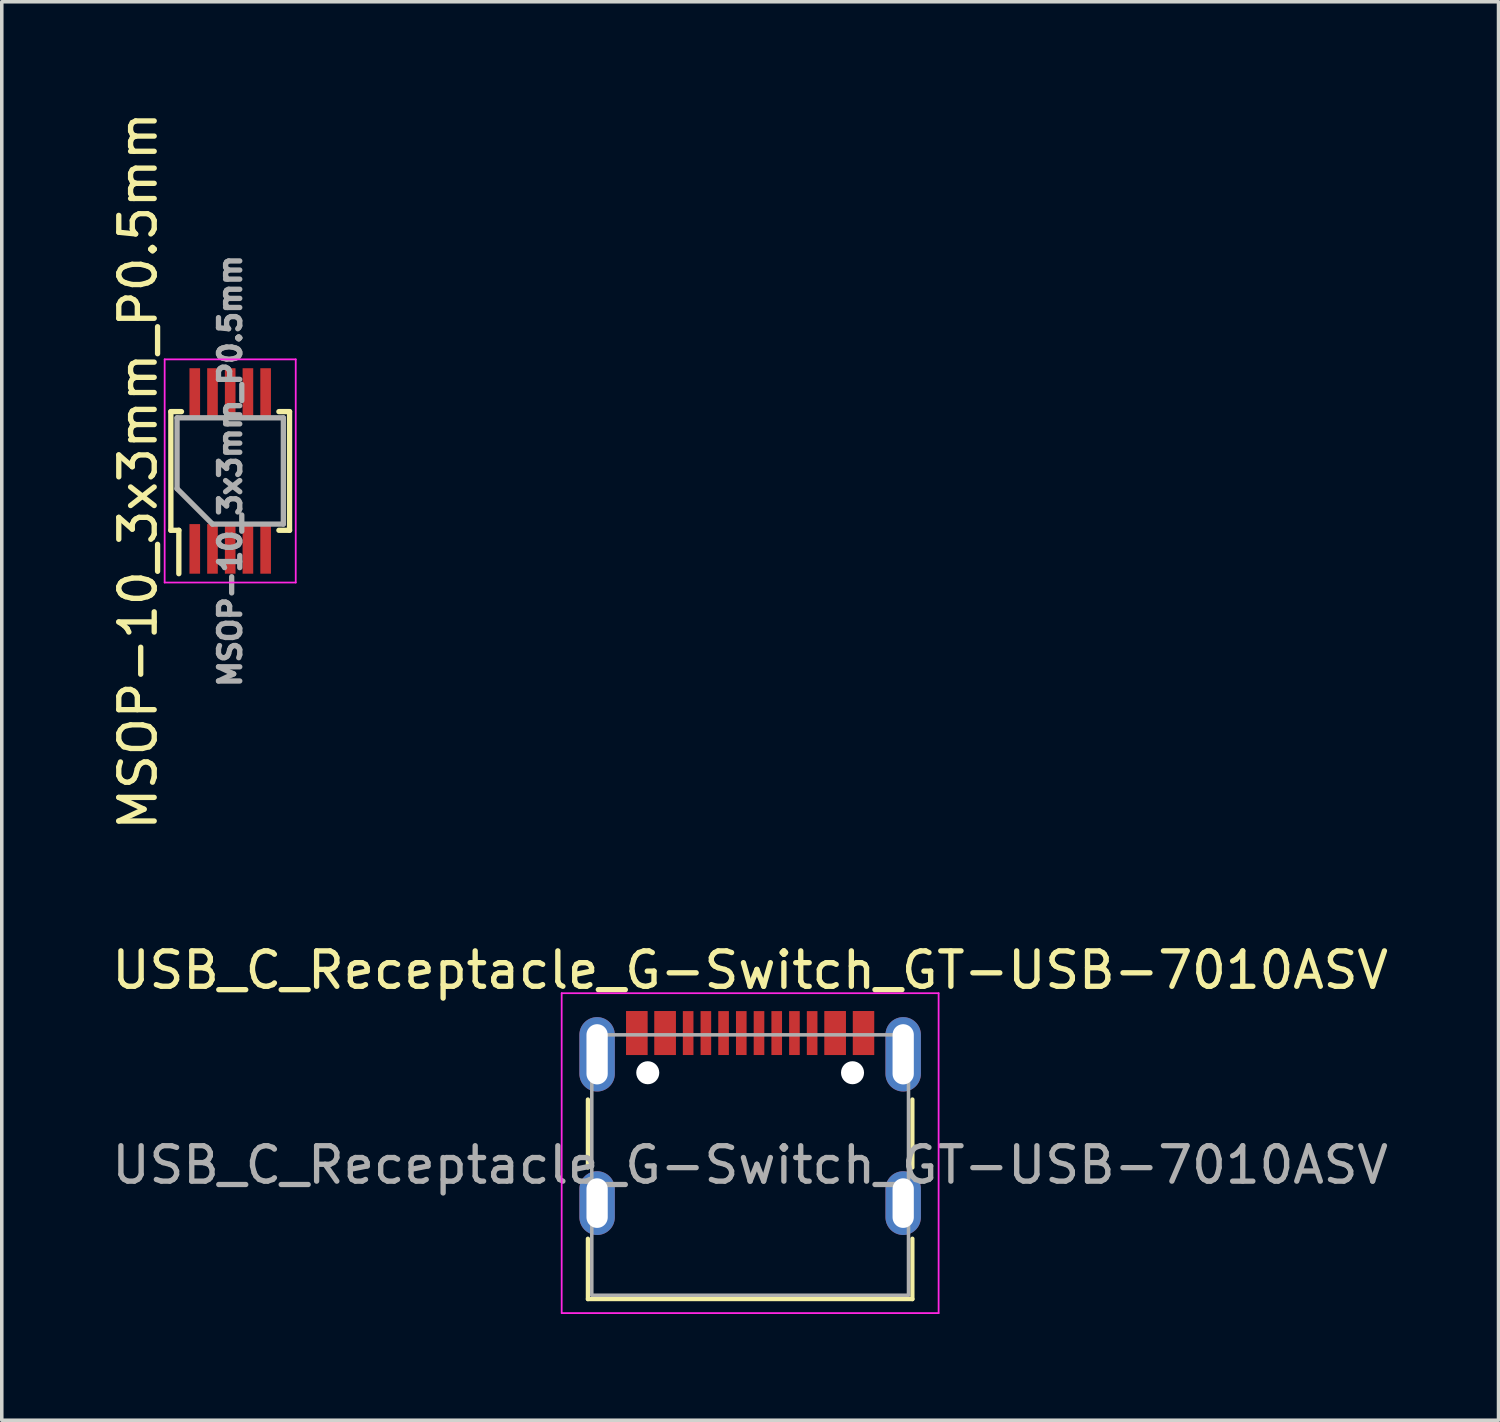
<source format=kicad_pcb>
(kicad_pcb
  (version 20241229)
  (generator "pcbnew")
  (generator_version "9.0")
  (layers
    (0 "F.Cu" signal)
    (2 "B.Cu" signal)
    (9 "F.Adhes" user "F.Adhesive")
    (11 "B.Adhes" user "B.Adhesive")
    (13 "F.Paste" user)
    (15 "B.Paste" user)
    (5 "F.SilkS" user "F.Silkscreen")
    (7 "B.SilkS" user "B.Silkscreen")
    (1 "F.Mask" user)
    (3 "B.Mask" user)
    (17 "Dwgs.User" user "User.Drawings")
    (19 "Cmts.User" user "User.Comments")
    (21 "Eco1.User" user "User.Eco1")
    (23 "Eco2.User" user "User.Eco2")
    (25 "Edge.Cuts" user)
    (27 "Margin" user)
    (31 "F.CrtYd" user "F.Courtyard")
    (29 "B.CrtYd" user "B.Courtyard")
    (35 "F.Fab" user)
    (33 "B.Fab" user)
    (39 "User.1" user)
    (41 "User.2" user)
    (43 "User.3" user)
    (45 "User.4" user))
  (footprint "MSOP-10_3x3mm_P0.5mm"
    (layer "F.Cu")
    (at 3.448 10.244)
    (property "Reference" "MSOP-10_3x3mm_P0.5mm" (at -2.6 0 90) (layer "F.SilkS") (effects (font (size 1 1) (thickness 0.15))))
    (attr smd)
    (fp_line (start -1.675 -1.675) (end -1.375 -1.675) (stroke (width 0.15) (type solid)) (layer "F.SilkS"))
    (fp_line (start -1.675 1.675) (end -1.675 -1.675) (stroke (width 0.15) (type solid)) (layer "F.SilkS"))
    (fp_line (start -1.675 1.675) (end -1.45 1.675) (stroke (width 0.15) (type solid)) (layer "F.SilkS"))
    (fp_line (start -1.45 1.675) (end -1.45 2.9) (stroke (width 0.15) (type solid)) (layer "F.SilkS"))
    (fp_line (start 1.675 -1.675) (end 1.375 -1.675) (stroke (width 0.15) (type solid)) (layer "F.SilkS"))
    (fp_line (start 1.675 1.675) (end 1.375 1.675) (stroke (width 0.15) (type solid)) (layer "F.SilkS"))
    (fp_line (start 1.675 1.675) (end 1.675 -1.675) (stroke (width 0.15) (type solid)) (layer "F.SilkS"))
    (fp_line (start -1.85 -3.15) (end 1.85 -3.15) (stroke (width 0.05) (type solid)) (layer "F.CrtYd"))
    (fp_line (start -1.85 3.15) (end -1.85 -3.15) (stroke (width 0.05) (type solid)) (layer "F.CrtYd"))
    (fp_line (start -1.85 3.15) (end 1.85 3.15) (stroke (width 0.05) (type solid)) (layer "F.CrtYd"))
    (fp_line (start 1.85 3.15) (end 1.85 -3.15) (stroke (width 0.05) (type solid)) (layer "F.CrtYd"))
    (fp_line (start -1.5 -1.5) (end 1.5 -1.5) (stroke (width 0.15) (type solid)) (layer "F.Fab"))
    (fp_line (start -1.5 0.5) (end -1.5 -1.5) (stroke (width 0.15) (type solid)) (layer "F.Fab"))
    (fp_line (start -0.5 1.5) (end -1.5 0.5) (stroke (width 0.15) (type solid)) (layer "F.Fab"))
    (fp_line (start 1.5 -1.5) (end 1.5 1.5) (stroke (width 0.15) (type solid)) (layer "F.Fab"))
    (fp_line (start 1.5 1.5) (end -0.5 1.5) (stroke (width 0.15) (type solid)) (layer "F.Fab"))
    (fp_text user "${REFERENCE}" (at 0 0 90) (layer "F.Fab") (effects (font (size 0.6 0.6) (thickness 0.15))))
    (pad "1" smd rect (at -1 2.2 90) (size 1.4 0.3) (layers "F.Cu" "F.Mask" "F.Paste"))
    (pad "2" smd rect (at -0.5 2.2 90) (size 1.4 0.3) (layers "F.Cu" "F.Mask" "F.Paste"))
    (pad "3" smd rect (at 0 2.2 90) (size 1.4 0.3) (layers "F.Cu" "F.Mask" "F.Paste"))
    (pad "4" smd rect (at 0.5 2.2 90) (size 1.4 0.3) (layers "F.Cu" "F.Mask" "F.Paste"))
    (pad "5" smd rect (at 1 2.2 90) (size 1.4 0.3) (layers "F.Cu" "F.Mask" "F.Paste"))
    (pad "6" smd rect (at 1 -2.2 90) (size 1.4 0.3) (layers "F.Cu" "F.Mask" "F.Paste"))
    (pad "7" smd rect (at 0.5 -2.2 90) (size 1.4 0.3) (layers "F.Cu" "F.Mask" "F.Paste"))
    (pad "8" smd rect (at 0 -2.2 90) (size 1.4 0.3) (layers "F.Cu" "F.Mask" "F.Paste"))
    (pad "9" smd rect (at -0.5 -2.2 90) (size 1.4 0.3) (layers "F.Cu" "F.Mask" "F.Paste"))
    (pad "10" smd rect (at -1 -2.2 90) (size 1.4 0.3) (layers "F.Cu" "F.Mask" "F.Paste")))
  (footprint "USB_C_Receptacle_G-Switch_GT-USB-7010ASV"
    (layer "F.Cu")
    (at 18.125 28.536)
    (property "Reference" "USB_C_Receptacle_G-Switch_GT-USB-7010ASV" (at 0 -4.2 0) (layer "F.SilkS") (effects (font (size 1 1) (thickness 0.15))))
    (attr smd)
    (fp_line (start -4.58 -0.55) (end -4.58 1.37) (stroke (width 0.12) (type solid)) (layer "F.SilkS"))
    (fp_line (start -4.58 5.085) (end -4.58 3.38) (stroke (width 0.12) (type solid)) (layer "F.SilkS"))
    (fp_line (start 4.58 1.37) (end 4.58 -0.55) (stroke (width 0.12) (type solid)) (layer "F.SilkS"))
    (fp_line (start 4.58 3.38) (end 4.58 5.085) (stroke (width 0.12) (type solid)) (layer "F.SilkS"))
    (fp_line (start 4.58 5.085) (end -4.58 5.085) (stroke (width 0.12) (type solid)) (layer "F.SilkS"))
    (fp_line (start -5.32 -3.55) (end 5.32 -3.55) (stroke (width 0.05) (type solid)) (layer "F.CrtYd"))
    (fp_line (start -5.32 5.48) (end -5.32 -3.55) (stroke (width 0.05) (type solid)) (layer "F.CrtYd"))
    (fp_line (start 5.32 -3.55) (end 5.32 5.48) (stroke (width 0.05) (type solid)) (layer "F.CrtYd"))
    (fp_line (start 5.32 5.48) (end -5.32 5.48) (stroke (width 0.05) (type solid)) (layer "F.CrtYd"))
    (fp_line (start -4.47 -2.375) (end -4.47 4.975) (stroke (width 0.1) (type solid)) (layer "F.Fab"))
    (fp_line (start -4.47 -2.375) (end 4.47 -2.375) (stroke (width 0.1) (type solid)) (layer "F.Fab"))
    (fp_line (start -4.47 4.975) (end 4.47 4.975) (stroke (width 0.1) (type solid)) (layer "F.Fab"))
    (fp_line (start 4.47 4.975) (end 4.47 -2.375) (stroke (width 0.1) (type solid)) (layer "F.Fab"))
    (fp_text user "${REFERENCE}" (at 0 1.3 0) (layer "F.Fab") (effects (font (size 1 1) (thickness 0.15))))
    (pad "" np_thru_hole circle (at -2.89 -1.305) (size 0.65 0.65) (drill 0.65) (layers "*.Cu" "*.Mask"))
    (pad "" np_thru_hole circle (at 2.89 -1.305) (size 0.65 0.65) (drill 0.65) (layers "*.Cu" "*.Mask"))
    (pad "A1" smd rect (at -3.2 -2.425) (size 0.6 1.24) (layers "F.Cu" "F.Mask" "F.Paste"))
    (pad "A4" smd rect (at -2.4 -2.425) (size 0.6 1.24) (layers "F.Cu" "F.Mask" "F.Paste"))
    (pad "A5" smd rect (at -1.25 -2.425) (size 0.3 1.24) (layers "F.Cu" "F.Mask" "F.Paste"))
    (pad "A6" smd rect (at -0.25 -2.425) (size 0.3 1.24) (layers "F.Cu" "F.Mask" "F.Paste"))
    (pad "A7" smd rect (at 0.25 -2.425) (size 0.3 1.24) (layers "F.Cu" "F.Mask" "F.Paste"))
    (pad "A8" smd rect (at 1.25 -2.425) (size 0.3 1.24) (layers "F.Cu" "F.Mask" "F.Paste"))
    (pad "A9" smd rect (at 2.4 -2.425) (size 0.6 1.24) (layers "F.Cu" "F.Mask" "F.Paste"))
    (pad "A12" smd rect (at 3.2 -2.425) (size 0.6 1.24) (layers "F.Cu" "F.Mask" "F.Paste"))
    (pad "B1" smd rect (at 3.2 -2.425) (size 0.6 1.24) (layers "F.Cu" "F.Mask" "F.Paste"))
    (pad "B4" smd rect (at 2.4 -2.425) (size 0.6 1.24) (layers "F.Cu" "F.Mask" "F.Paste"))
    (pad "B5" smd rect (at 1.75 -2.425) (size 0.3 1.24) (layers "F.Cu" "F.Mask" "F.Paste"))
    (pad "B6" smd rect (at 0.75 -2.425) (size 0.3 1.24) (layers "F.Cu" "F.Mask" "F.Paste"))
    (pad "B7" smd rect (at -0.75 -2.425) (size 0.3 1.24) (layers "F.Cu" "F.Mask" "F.Paste"))
    (pad "B8" smd rect (at -1.75 -2.425) (size 0.3 1.24) (layers "F.Cu" "F.Mask" "F.Paste"))
    (pad "B9" smd rect (at -2.4 -2.425) (size 0.6 1.24) (layers "F.Cu" "F.Mask" "F.Paste"))
    (pad "B12" smd rect (at -3.2 -2.425) (size 0.6 1.24) (layers "F.Cu" "F.Mask" "F.Paste"))
    (pad "S1" thru_hole oval (at -4.32 -1.825) (size 1 2.1) (drill oval 0.6 1.7) (layers "*.Cu" "*.Mask"))
    (pad "S1" thru_hole oval (at -4.32 2.375) (size 1 1.8) (drill oval 0.6 1.4) (layers "*.Cu" "*.Mask"))
    (pad "S1" thru_hole oval (at 4.32 -1.825) (size 1 2.1) (drill oval 0.6 1.7) (layers "*.Cu" "*.Mask"))
    (pad "S1" thru_hole oval (at 4.32 2.375) (size 1 1.8) (drill oval 0.6 1.4) (layers "*.Cu" "*.Mask")))
  (gr_rect
    (start -3 -3)
    (end 39.25 37.041)
    (stroke (width 0.1) (type default))
    (fill no)
    (layer "Edge.Cuts")))
</source>
